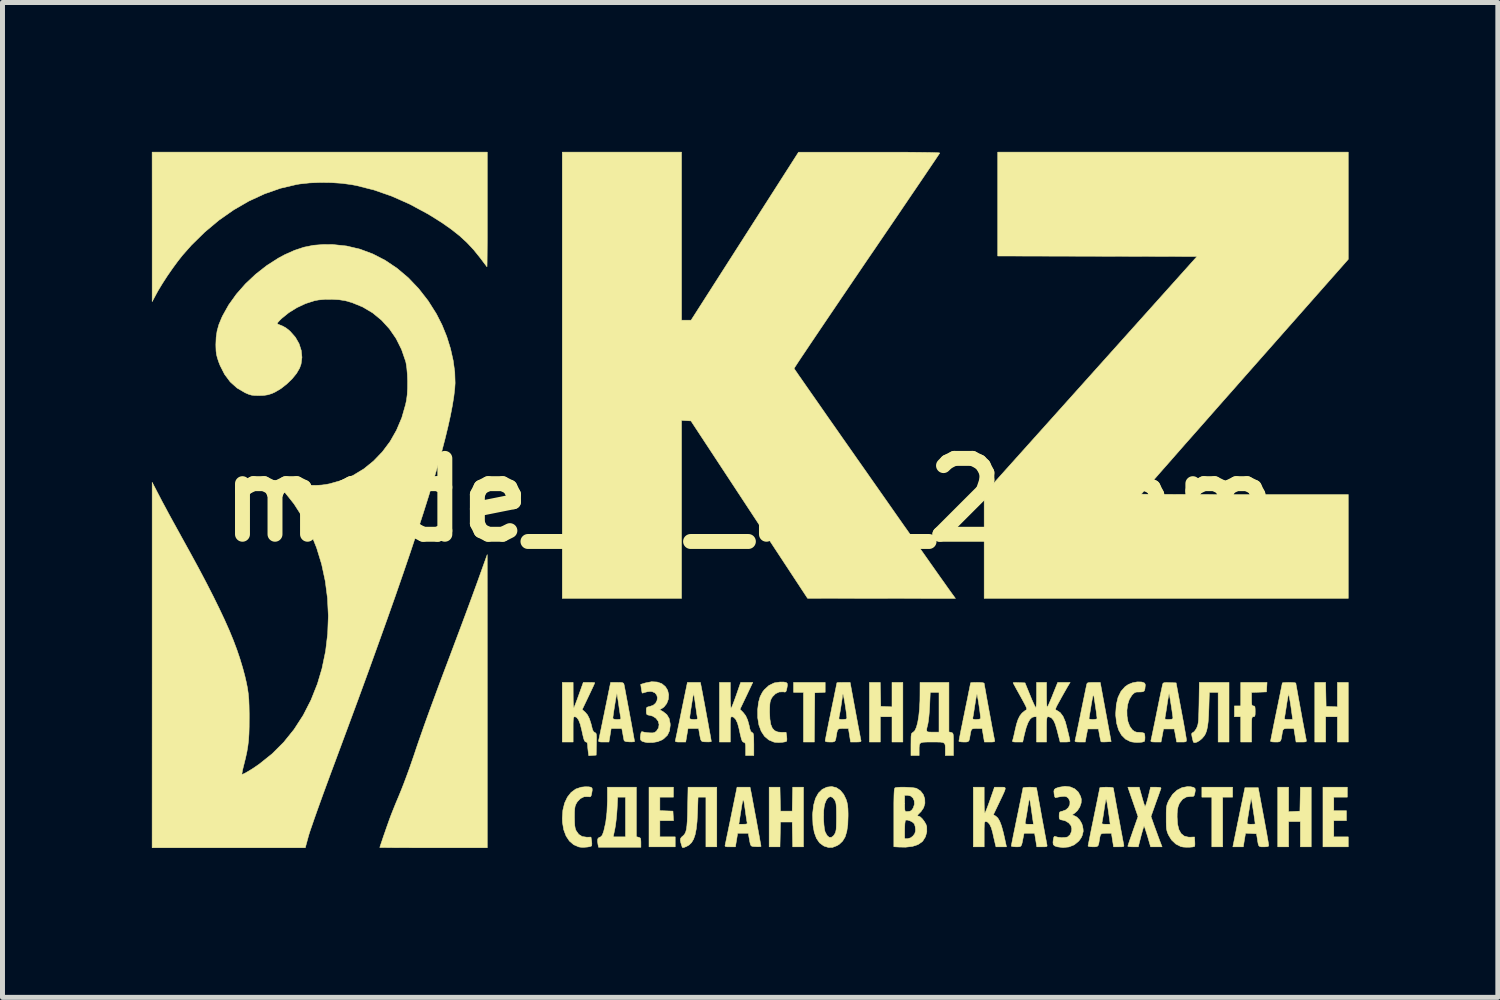
<source format=kicad_pcb>
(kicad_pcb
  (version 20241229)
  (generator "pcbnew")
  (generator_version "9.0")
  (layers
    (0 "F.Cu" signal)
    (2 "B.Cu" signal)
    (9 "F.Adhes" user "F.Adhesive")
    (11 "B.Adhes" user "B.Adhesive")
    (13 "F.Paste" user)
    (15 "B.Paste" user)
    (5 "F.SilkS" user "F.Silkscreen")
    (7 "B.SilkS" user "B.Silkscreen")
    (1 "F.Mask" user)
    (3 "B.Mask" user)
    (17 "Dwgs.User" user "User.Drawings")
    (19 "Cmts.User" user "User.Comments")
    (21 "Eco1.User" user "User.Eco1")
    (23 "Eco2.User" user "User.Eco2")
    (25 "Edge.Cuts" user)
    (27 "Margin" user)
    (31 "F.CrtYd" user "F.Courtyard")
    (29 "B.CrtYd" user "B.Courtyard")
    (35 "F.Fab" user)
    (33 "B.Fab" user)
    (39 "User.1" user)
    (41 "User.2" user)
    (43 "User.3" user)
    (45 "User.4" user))
  (footprint "made_in_kz_24mm"
    (layer "F.Cu")
    (at 12.016 6.99)
    (property "Reference" "made_in_kz_24mm" (at 0 0 0) (layer "F.SilkS") (effects (font (size 1.524 1.524) (thickness 0.3))))
    (attr through_hole)
    (fp_poly (pts (xy 9.688 5.969) (xy 9.489 5.969) (xy 9.489 6.967) (xy 9.271 6.967) (xy 9.271 5.969) (xy 9.071 5.969) (xy 9.071 5.769) (xy 9.688 5.769) (xy 9.688 5.969)) (stroke (width 0.01) (type solid)) (fill yes) (layer "F.SilkS"))
    (fp_poly (pts (xy 1.506 3.863) (xy 1.402 3.868) (xy 1.297 3.873) (xy 1.292 4.368) (xy 1.288 4.862) (xy 1.07 4.862) (xy 1.07 3.864) (xy 0.871 3.864) (xy 0.871 3.665) (xy 1.506 3.665) (xy 1.506 3.863)) (stroke (width 0.01) (type solid)) (fill yes) (layer "F.SilkS"))
    (fp_poly (pts (xy 11.992 5.969) (xy 11.72 5.969) (xy 11.72 6.241) (xy 11.974 6.241) (xy 11.974 6.441) (xy 11.72 6.441) (xy 11.72 6.767) (xy 12.011 6.767) (xy 12.011 6.967) (xy 11.503 6.967) (xy 11.503 5.769) (xy 11.992 5.769) (xy 11.992 5.969)) (stroke (width 0.01) (type solid)) (fill yes) (layer "F.SilkS"))
    (fp_poly (pts (xy -1.542 5.969) (xy -1.814 5.969) (xy -1.814 6.24) (xy -1.683 6.245) (xy -1.551 6.25) (xy -1.546 6.345) (xy -1.54 6.441) (xy -1.814 6.441) (xy -1.814 6.767) (xy -1.506 6.767) (xy -1.506 6.967) (xy -2.032 6.967) (xy -2.032 5.769) (xy -1.542 5.769) (xy -1.542 5.969)) (stroke (width 0.01) (type solid)) (fill yes) (layer "F.SilkS"))
    (fp_poly (pts (xy 0.608 6.25) (xy 0.844 6.25) (xy 0.854 5.769) (xy 1.07 5.769) (xy 1.07 6.967) (xy 0.854 6.967) (xy 0.849 6.717) (xy 0.844 6.468) (xy 0.608 6.468) (xy 0.603 6.717) (xy 0.598 6.967) (xy 0.381 6.967) (xy 0.381 5.769) (xy 0.598 5.769) (xy 0.608 6.25)) (stroke (width 0.01) (type solid)) (fill yes) (layer "F.SilkS"))
    (fp_poly (pts (xy 2.617 3.905) (xy 2.622 4.146) (xy 2.735 4.151) (xy 2.848 4.156) (xy 2.848 3.665) (xy 3.066 3.665) (xy 3.066 4.862) (xy 2.848 4.862) (xy 2.848 4.354) (xy 2.613 4.354) (xy 2.613 4.862) (xy 2.395 4.862) (xy 2.395 3.665) (xy 2.612 3.665) (xy 2.617 3.905)) (stroke (width 0.01) (type solid)) (fill yes) (layer "F.SilkS"))
    (fp_poly (pts (xy 10.813 6.261) (xy 10.927 6.256) (xy 11.04 6.25) (xy 11.045 6.01) (xy 11.05 5.769) (xy 11.267 5.769) (xy 11.267 6.967) (xy 11.049 6.967) (xy 11.049 6.459) (xy 10.813 6.459) (xy 10.813 6.967) (xy 10.595 6.967) (xy 10.595 5.769) (xy 10.813 5.769) (xy 10.813 6.261)) (stroke (width 0.01) (type solid)) (fill yes) (layer "F.SilkS"))
    (fp_poly (pts (xy 11.561 3.905) (xy 11.566 4.146) (xy 11.679 4.151) (xy 11.793 4.156) (xy 11.793 3.665) (xy 12.011 3.665) (xy 12.011 4.862) (xy 11.793 4.862) (xy 11.793 4.354) (xy 11.557 4.354) (xy 11.557 4.862) (xy 11.339 4.862) (xy 11.339 3.665) (xy 11.556 3.665) (xy 11.561 3.905)) (stroke (width 0.01) (type solid)) (fill yes) (layer "F.SilkS"))
    (fp_poly (pts (xy -0.671 6.967) (xy -0.889 6.967) (xy -0.889 5.969) (xy -1.047 5.969) (xy -1.058 6.282) (xy -1.067 6.46) (xy -1.083 6.606) (xy -1.106 6.723) (xy -1.137 6.813) (xy -1.177 6.881) (xy -1.228 6.93) (xy -1.281 6.96) (xy -1.329 6.979) (xy -1.354 6.983) (xy -1.365 6.973) (xy -1.369 6.962) (xy -1.393 6.885) (xy -1.403 6.834) (xy -1.398 6.799) (xy -1.38 6.773) (xy -1.367 6.762) (xy -1.336 6.735) (xy -1.312 6.704) (xy -1.294 6.665) (xy -1.28 6.612) (xy -1.271 6.542) (xy -1.264 6.45) (xy -1.259 6.331) (xy -1.256 6.182) (xy -1.248 5.769) (xy -0.671 5.769) (xy -0.671 6.967)) (stroke (width 0.01) (type solid)) (fill yes) (layer "F.SilkS"))
    (fp_poly (pts (xy 10.374 3.76) (xy 10.369 3.855) (xy 10.219 3.861) (xy 10.069 3.866) (xy 10.069 4.001) (xy 10.07 4.071) (xy 10.074 4.111) (xy 10.083 4.131) (xy 10.099 4.136) (xy 10.106 4.137) (xy 10.126 4.141) (xy 10.137 4.158) (xy 10.141 4.197) (xy 10.142 4.245) (xy 10.141 4.306) (xy 10.135 4.339) (xy 10.122 4.352) (xy 10.106 4.354) (xy 10.091 4.356) (xy 10.081 4.366) (xy 10.075 4.388) (xy 10.071 4.429) (xy 10.07 4.494) (xy 10.069 4.589) (xy 10.069 4.608) (xy 10.069 4.862) (xy 9.852 4.862) (xy 9.852 4.354) (xy 9.725 4.354) (xy 9.725 4.137) (xy 9.852 4.137) (xy 9.852 3.665) (xy 10.38 3.665) (xy 10.374 3.76)) (stroke (width 0.01) (type solid)) (fill yes) (layer "F.SilkS"))
    (fp_poly (pts (xy -2.286 6.763) (xy -2.241 6.775) (xy -2.214 6.785) (xy -2.2 6.805) (xy -2.196 6.846) (xy -2.195 6.881) (xy -2.195 6.976) (xy -3.045 6.976) (xy -3.056 6.924) (xy -3.066 6.852) (xy -3.061 6.807) (xy -3.04 6.782) (xy -3.021 6.775) (xy -3.005 6.767) (xy -2.751 6.767) (xy -2.504 6.767) (xy -2.504 5.969) (xy -2.661 5.969) (xy -2.673 6.209) (xy -2.681 6.318) (xy -2.692 6.431) (xy -2.705 6.535) (xy -2.718 6.609) (xy -2.751 6.767) (xy -3.005 6.767) (xy -2.994 6.762) (xy -2.973 6.735) (xy -2.953 6.686) (xy -2.939 6.643) (xy -2.901 6.475) (xy -2.877 6.274) (xy -2.867 6.044) (xy -2.867 5.992) (xy -2.867 5.769) (xy -2.286 5.769) (xy -2.286 6.763)) (stroke (width 0.01) (type solid)) (fill yes) (layer "F.SilkS"))
    (fp_poly (pts (xy 9.616 4.862) (xy 9.398 4.862) (xy 9.398 3.864) (xy 9.221 3.864) (xy 9.212 4.177) (xy 9.206 4.333) (xy 9.197 4.458) (xy 9.184 4.556) (xy 9.167 4.633) (xy 9.145 4.693) (xy 9.12 4.737) (xy 9.076 4.789) (xy 9.026 4.832) (xy 8.975 4.862) (xy 8.932 4.875) (xy 8.904 4.867) (xy 8.899 4.859) (xy 8.89 4.827) (xy 8.878 4.776) (xy 8.874 4.759) (xy 8.866 4.71) (xy 8.87 4.685) (xy 8.889 4.672) (xy 8.894 4.671) (xy 8.922 4.648) (xy 8.953 4.604) (xy 8.969 4.575) (xy 8.981 4.544) (xy 8.991 4.512) (xy 8.998 4.472) (xy 9.004 4.419) (xy 9.007 4.349) (xy 9.01 4.254) (xy 9.013 4.131) (xy 9.014 4.078) (xy 9.02 3.665) (xy 9.616 3.665) (xy 9.616 4.862)) (stroke (width 0.01) (type solid)) (fill yes) (layer "F.SilkS"))
    (fp_poly (pts (xy 12.011 -4.832) (xy 9.933 -2.479) (xy 9.712 -2.228) (xy 9.497 -1.985) (xy 9.29 -1.75) (xy 9.092 -1.525) (xy 8.904 -1.312) (xy 8.727 -1.112) (xy 8.564 -0.926) (xy 8.414 -0.755) (xy 8.279 -0.602) (xy 8.161 -0.467) (xy 8.06 -0.352) (xy 7.978 -0.259) (xy 7.916 -0.188) (xy 7.875 -0.14) (xy 7.857 -0.119) (xy 7.856 -0.117) (xy 7.874 -0.116) (xy 7.925 -0.115) (xy 8.009 -0.114) (xy 8.122 -0.113) (xy 8.262 -0.112) (xy 8.427 -0.112) (xy 8.615 -0.111) (xy 8.823 -0.11) (xy 9.05 -0.11) (xy 9.292 -0.109) (xy 9.548 -0.109) (xy 9.815 -0.109) (xy 9.933 -0.109) (xy 12.011 -0.109) (xy 12.011 1.978) (xy 4.699 1.978) (xy 4.699 -0.123) (xy 6.836 -2.506) (xy 8.973 -4.889) (xy 6.972 -4.894) (xy 4.971 -4.899) (xy 4.971 -6.985) (xy 12.011 -6.985) (xy 12.011 -4.832)) (stroke (width 0.01) (type solid)) (fill yes) (layer "F.SilkS"))
    (fp_poly (pts (xy 0.676 3.658) (xy 0.722 3.666) (xy 0.744 3.686) (xy 0.747 3.723) (xy 0.739 3.773) (xy 0.727 3.826) (xy 0.715 3.853) (xy 0.695 3.859) (xy 0.662 3.854) (xy 0.583 3.857) (xy 0.509 3.891) (xy 0.448 3.952) (xy 0.43 3.98) (xy 0.412 4.018) (xy 0.4 4.059) (xy 0.394 4.11) (xy 0.391 4.181) (xy 0.39 4.264) (xy 0.396 4.401) (xy 0.413 4.507) (xy 0.444 4.583) (xy 0.491 4.634) (xy 0.556 4.661) (xy 0.635 4.668) (xy 0.721 4.667) (xy 0.733 4.75) (xy 0.737 4.802) (xy 0.734 4.839) (xy 0.73 4.847) (xy 0.701 4.858) (xy 0.648 4.867) (xy 0.584 4.871) (xy 0.522 4.87) (xy 0.478 4.864) (xy 0.374 4.82) (xy 0.287 4.746) (xy 0.221 4.645) (xy 0.175 4.521) (xy 0.151 4.374) (xy 0.15 4.209) (xy 0.151 4.202) (xy 0.168 4.064) (xy 0.199 3.953) (xy 0.246 3.861) (xy 0.284 3.811) (xy 0.377 3.726) (xy 0.482 3.675) (xy 0.599 3.657) (xy 0.676 3.658)) (stroke (width 0.01) (type solid)) (fill yes) (layer "F.SilkS"))
    (fp_poly (pts (xy 7.856 3.656) (xy 7.883 3.662) (xy 7.922 3.679) (xy 7.934 3.707) (xy 7.934 3.73) (xy 7.927 3.797) (xy 7.914 3.835) (xy 7.887 3.852) (xy 7.841 3.857) (xy 7.818 3.857) (xy 7.76 3.858) (xy 7.722 3.87) (xy 7.687 3.9) (xy 7.664 3.925) (xy 7.614 4.006) (xy 7.581 4.108) (xy 7.566 4.222) (xy 7.568 4.339) (xy 7.586 4.449) (xy 7.622 4.545) (xy 7.674 4.617) (xy 7.718 4.651) (xy 7.765 4.666) (xy 7.815 4.668) (xy 7.868 4.672) (xy 7.906 4.682) (xy 7.915 4.688) (xy 7.924 4.72) (xy 7.928 4.767) (xy 7.926 4.814) (xy 7.918 4.846) (xy 7.914 4.851) (xy 7.871 4.864) (xy 7.806 4.87) (xy 7.732 4.869) (xy 7.663 4.86) (xy 7.635 4.853) (xy 7.537 4.803) (xy 7.458 4.724) (xy 7.398 4.617) (xy 7.359 4.485) (xy 7.341 4.329) (xy 7.341 4.282) (xy 7.353 4.11) (xy 7.388 3.964) (xy 7.447 3.844) (xy 7.528 3.752) (xy 7.593 3.707) (xy 7.677 3.673) (xy 7.77 3.655) (xy 7.856 3.656)) (stroke (width 0.01) (type solid)) (fill yes) (layer "F.SilkS"))
    (fp_poly (pts (xy -3.243 5.762) (xy -3.197 5.77) (xy -3.175 5.79) (xy -3.172 5.827) (xy -3.18 5.877) (xy -3.191 5.931) (xy -3.204 5.957) (xy -3.224 5.963) (xy -3.257 5.959) (xy -3.336 5.961) (xy -3.409 5.997) (xy -3.471 6.061) (xy -3.485 6.083) (xy -3.504 6.12) (xy -3.517 6.157) (xy -3.524 6.203) (xy -3.528 6.266) (xy -3.529 6.356) (xy -3.529 6.368) (xy -3.527 6.468) (xy -3.523 6.54) (xy -3.514 6.593) (xy -3.5 6.634) (xy -3.495 6.644) (xy -3.443 6.717) (xy -3.374 6.76) (xy -3.285 6.773) (xy -3.281 6.773) (xy -3.197 6.772) (xy -3.184 6.853) (xy -3.18 6.905) (xy -3.183 6.942) (xy -3.187 6.95) (xy -3.217 6.962) (xy -3.271 6.971) (xy -3.335 6.976) (xy -3.398 6.975) (xy -3.441 6.969) (xy -3.545 6.924) (xy -3.631 6.85) (xy -3.698 6.749) (xy -3.745 6.623) (xy -3.77 6.476) (xy -3.773 6.392) (xy -3.762 6.23) (xy -3.727 6.088) (xy -3.671 5.969) (xy -3.596 5.874) (xy -3.503 5.806) (xy -3.394 5.769) (xy -3.32 5.761) (xy -3.243 5.762)) (stroke (width 0.01) (type solid)) (fill yes) (layer "F.SilkS"))
    (fp_poly (pts (xy 5.098 5.77) (xy 5.117 5.778) (xy 5.123 5.797) (xy 5.115 5.83) (xy 5.093 5.883) (xy 5.057 5.96) (xy 5.007 6.065) (xy 4.999 6.082) (xy 4.884 6.322) (xy 4.934 6.352) (xy 4.974 6.389) (xy 5.011 6.452) (xy 5.046 6.543) (xy 5.08 6.666) (xy 5.103 6.763) (xy 5.147 6.967) (xy 4.936 6.967) (xy 4.919 6.899) (xy 4.907 6.847) (xy 4.89 6.775) (xy 4.873 6.697) (xy 4.872 6.691) (xy 4.843 6.586) (xy 4.807 6.511) (xy 4.766 6.468) (xy 4.734 6.459) (xy 4.72 6.461) (xy 4.71 6.471) (xy 4.704 6.495) (xy 4.701 6.538) (xy 4.699 6.606) (xy 4.699 6.704) (xy 4.699 6.713) (xy 4.699 6.967) (xy 4.481 6.967) (xy 4.481 5.769) (xy 4.699 5.769) (xy 4.699 6.034) (xy 4.7 6.126) (xy 4.702 6.203) (xy 4.706 6.259) (xy 4.711 6.287) (xy 4.713 6.289) (xy 4.724 6.269) (xy 4.744 6.222) (xy 4.771 6.152) (xy 4.802 6.067) (xy 4.817 6.025) (xy 4.906 5.769) (xy 5.022 5.769) (xy 5.066 5.769) (xy 5.098 5.77)) (stroke (width 0.01) (type solid)) (fill yes) (layer "F.SilkS"))
    (fp_poly (pts (xy 7.865 5.955) (xy 7.887 6.033) (xy 7.907 6.098) (xy 7.923 6.142) (xy 7.929 6.156) (xy 7.938 6.146) (xy 7.953 6.106) (xy 7.972 6.044) (xy 7.992 5.97) (xy 8.041 5.769) (xy 8.15 5.769) (xy 8.214 5.772) (xy 8.246 5.779) (xy 8.251 5.792) (xy 8.242 5.816) (xy 8.223 5.868) (xy 8.197 5.942) (xy 8.165 6.03) (xy 8.145 6.086) (xy 8.049 6.357) (xy 8.113 6.539) (xy 8.147 6.632) (xy 8.182 6.728) (xy 8.213 6.812) (xy 8.225 6.844) (xy 8.272 6.967) (xy 8.042 6.967) (xy 7.981 6.758) (xy 7.956 6.678) (xy 7.935 6.611) (xy 7.919 6.567) (xy 7.91 6.55) (xy 7.91 6.55) (xy 7.902 6.566) (xy 7.888 6.611) (xy 7.869 6.677) (xy 7.847 6.758) (xy 7.794 6.967) (xy 7.689 6.967) (xy 7.633 6.965) (xy 7.594 6.96) (xy 7.584 6.955) (xy 7.589 6.935) (xy 7.605 6.886) (xy 7.629 6.815) (xy 7.66 6.727) (xy 7.686 6.651) (xy 7.789 6.359) (xy 7.687 6.064) (xy 7.585 5.769) (xy 7.813 5.769) (xy 7.865 5.955)) (stroke (width 0.01) (type solid)) (fill yes) (layer "F.SilkS"))
    (fp_poly (pts (xy -5.28 -5.83) (xy -5.28 -5.629) (xy -5.28 -5.44) (xy -5.28 -5.264) (xy -5.281 -5.107) (xy -5.282 -4.969) (xy -5.283 -4.855) (xy -5.284 -4.767) (xy -5.285 -4.709) (xy -5.286 -4.683) (xy -5.286 -4.682) (xy -5.299 -4.699) (xy -5.33 -4.739) (xy -5.373 -4.796) (xy -5.425 -4.865) (xy -5.43 -4.871) (xy -5.554 -5.025) (xy -5.688 -5.168) (xy -5.836 -5.304) (xy -6.003 -5.436) (xy -6.194 -5.57) (xy -6.414 -5.708) (xy -6.483 -5.749) (xy -6.839 -5.941) (xy -7.197 -6.1) (xy -7.553 -6.224) (xy -7.908 -6.314) (xy -8.01 -6.333) (xy -8.203 -6.359) (xy -8.415 -6.373) (xy -8.634 -6.376) (xy -8.847 -6.367) (xy -9.042 -6.346) (xy -9.109 -6.335) (xy -9.433 -6.259) (xy -9.753 -6.147) (xy -10.067 -6.002) (xy -10.373 -5.825) (xy -10.67 -5.617) (xy -10.953 -5.38) (xy -11.223 -5.115) (xy -11.398 -4.917) (xy -11.495 -4.794) (xy -11.6 -4.651) (xy -11.706 -4.498) (xy -11.805 -4.345) (xy -11.891 -4.203) (xy -11.927 -4.137) (xy -12.01 -3.982) (xy -12.01 -5.484) (xy -12.011 -6.985) (xy -5.28 -6.985) (xy -5.28 -5.83)) (stroke (width 0.01) (type solid)) (fill yes) (layer "F.SilkS"))
    (fp_poly (pts (xy -5.28 4.041) (xy -5.28 6.985) (xy -6.359 6.985) (xy -6.553 6.985) (xy -6.736 6.985) (xy -6.905 6.984) (xy -7.056 6.984) (xy -7.186 6.983) (xy -7.293 6.982) (xy -7.373 6.981) (xy -7.422 6.981) (xy -7.439 6.98) (xy -7.433 6.96) (xy -7.417 6.912) (xy -7.394 6.844) (xy -7.366 6.76) (xy -7.334 6.669) (xy -7.302 6.576) (xy -7.271 6.489) (xy -7.244 6.413) (xy -7.234 6.386) (xy -7.205 6.309) (xy -7.165 6.209) (xy -7.12 6.097) (xy -7.071 5.981) (xy -7.043 5.913) (xy -7.001 5.81) (xy -6.951 5.682) (xy -6.897 5.537) (xy -6.841 5.384) (xy -6.788 5.231) (xy -6.751 5.124) (xy -6.704 4.982) (xy -6.655 4.839) (xy -6.603 4.691) (xy -6.548 4.534) (xy -6.488 4.366) (xy -6.422 4.184) (xy -6.348 3.984) (xy -6.267 3.764) (xy -6.176 3.52) (xy -6.074 3.25) (xy -5.961 2.949) (xy -5.925 2.853) (xy -5.856 2.669) (xy -5.784 2.477) (xy -5.712 2.284) (xy -5.642 2.095) (xy -5.577 1.918) (xy -5.519 1.759) (xy -5.47 1.625) (xy -5.452 1.574) (xy -5.281 1.098) (xy -5.28 4.041)) (stroke (width 0.01) (type solid)) (fill yes) (layer "F.SilkS"))
    (fp_poly (pts (xy 8.85 5.761) (xy 8.906 5.773) (xy 8.934 5.795) (xy 8.939 5.836) (xy 8.93 5.888) (xy 8.918 5.934) (xy 8.901 5.953) (xy 8.865 5.956) (xy 8.844 5.955) (xy 8.757 5.966) (xy 8.684 6.01) (xy 8.626 6.085) (xy 8.613 6.11) (xy 8.593 6.163) (xy 8.581 6.221) (xy 8.575 6.296) (xy 8.574 6.368) (xy 8.583 6.51) (xy 8.609 6.62) (xy 8.654 6.701) (xy 8.717 6.751) (xy 8.799 6.772) (xy 8.838 6.773) (xy 8.923 6.769) (xy 8.929 6.861) (xy 8.931 6.914) (xy 8.928 6.95) (xy 8.924 6.959) (xy 8.889 6.969) (xy 8.83 6.974) (xy 8.762 6.975) (xy 8.697 6.971) (xy 8.649 6.962) (xy 8.547 6.91) (xy 8.461 6.828) (xy 8.403 6.733) (xy 8.383 6.689) (xy 8.37 6.648) (xy 8.361 6.604) (xy 8.357 6.546) (xy 8.355 6.467) (xy 8.355 6.386) (xy 8.355 6.286) (xy 8.357 6.215) (xy 8.362 6.162) (xy 8.371 6.12) (xy 8.386 6.079) (xy 8.408 6.032) (xy 8.414 6.021) (xy 8.484 5.911) (xy 8.573 5.829) (xy 8.674 5.777) (xy 8.785 5.757) (xy 8.85 5.761)) (stroke (width 0.01) (type solid)) (fill yes) (layer "F.SilkS"))
    (fp_poly (pts (xy 10.308 6.341) (xy 10.334 6.48) (xy 10.357 6.609) (xy 10.378 6.723) (xy 10.394 6.817) (xy 10.406 6.886) (xy 10.412 6.927) (xy 10.413 6.935) (xy 10.408 6.954) (xy 10.385 6.963) (xy 10.337 6.967) (xy 10.315 6.967) (xy 10.266 6.967) (xy 10.235 6.961) (xy 10.215 6.945) (xy 10.202 6.91) (xy 10.191 6.85) (xy 10.183 6.795) (xy 10.168 6.704) (xy 10.058 6.698) (xy 9.948 6.693) (xy 9.925 6.83) (xy 9.903 6.967) (xy 9.693 6.967) (xy 9.788 6.5) (xy 9.978 6.5) (xy 9.995 6.508) (xy 10.036 6.513) (xy 10.06 6.513) (xy 10.109 6.512) (xy 10.138 6.508) (xy 10.142 6.505) (xy 10.139 6.481) (xy 10.132 6.429) (xy 10.122 6.36) (xy 10.11 6.279) (xy 10.097 6.196) (xy 10.085 6.118) (xy 10.074 6.053) (xy 10.066 6.008) (xy 10.063 5.993) (xy 10.058 6.008) (xy 10.05 6.051) (xy 10.038 6.114) (xy 10.025 6.191) (xy 10.012 6.273) (xy 9.999 6.352) (xy 9.988 6.422) (xy 9.981 6.473) (xy 9.978 6.5) (xy 9.788 6.5) (xy 9.814 6.373) (xy 9.936 5.779) (xy 10.203 5.779) (xy 10.308 6.341)) (stroke (width 0.01) (type solid)) (fill yes) (layer "F.SilkS"))
    (fp_poly (pts (xy -0.399 3.929) (xy -0.398 4.023) (xy -0.395 4.1) (xy -0.391 4.155) (xy -0.386 4.182) (xy -0.383 4.183) (xy -0.372 4.163) (xy -0.352 4.116) (xy -0.325 4.046) (xy -0.294 3.961) (xy -0.279 3.919) (xy -0.191 3.665) (xy -0.069 3.665) (xy 0.052 3.665) (xy -0.076 3.935) (xy -0.205 4.205) (xy -0.139 4.271) (xy -0.09 4.335) (xy -0.051 4.421) (xy -0.02 4.534) (xy -0.008 4.594) (xy 0.011 4.649) (xy 0.038 4.672) (xy 0.053 4.68) (xy 0.062 4.696) (xy 0.068 4.726) (xy 0.071 4.777) (xy 0.072 4.855) (xy 0.073 4.909) (xy 0.073 5.134) (xy -0.091 5.134) (xy -0.091 5.006) (xy -0.092 4.938) (xy -0.097 4.897) (xy -0.108 4.877) (xy -0.127 4.868) (xy -0.127 4.868) (xy -0.143 4.861) (xy -0.157 4.847) (xy -0.17 4.82) (xy -0.183 4.774) (xy -0.2 4.705) (xy -0.222 4.606) (xy -0.226 4.587) (xy -0.255 4.481) (xy -0.291 4.406) (xy -0.332 4.364) (xy -0.364 4.354) (xy -0.378 4.356) (xy -0.388 4.367) (xy -0.394 4.39) (xy -0.397 4.433) (xy -0.399 4.501) (xy -0.399 4.599) (xy -0.399 4.608) (xy -0.399 4.862) (xy -0.617 4.862) (xy -0.617 3.665) (xy -0.399 3.665) (xy -0.399 3.929)) (stroke (width 0.01) (type solid)) (fill yes) (layer "F.SilkS"))
    (fp_poly (pts (xy 3.991 4.659) (xy 4.037 4.67) (xy 4.056 4.676) (xy 4.068 4.686) (xy 4.076 4.707) (xy 4.08 4.744) (xy 4.082 4.805) (xy 4.082 4.895) (xy 4.082 4.908) (xy 4.082 5.134) (xy 3.919 5.134) (xy 3.919 5.027) (xy 3.919 4.963) (xy 3.915 4.918) (xy 3.901 4.889) (xy 3.873 4.872) (xy 3.824 4.864) (xy 3.749 4.862) (xy 3.656 4.862) (xy 3.554 4.862) (xy 3.482 4.865) (xy 3.436 4.874) (xy 3.409 4.893) (xy 3.397 4.926) (xy 3.393 4.976) (xy 3.393 5.039) (xy 3.393 5.134) (xy 3.229 5.134) (xy 3.229 4.911) (xy 3.23 4.817) (xy 3.231 4.753) (xy 3.236 4.713) (xy 3.243 4.689) (xy 3.256 4.676) (xy 3.272 4.667) (xy 3.307 4.633) (xy 3.309 4.628) (xy 3.542 4.628) (xy 3.552 4.652) (xy 3.584 4.661) (xy 3.64 4.663) (xy 3.665 4.663) (xy 3.792 4.663) (xy 3.792 3.864) (xy 3.616 3.864) (xy 3.605 4.132) (xy 3.599 4.238) (xy 3.59 4.341) (xy 3.58 4.43) (xy 3.569 4.497) (xy 3.566 4.508) (xy 3.548 4.583) (xy 3.542 4.628) (xy 3.309 4.628) (xy 3.338 4.566) (xy 3.364 4.469) (xy 3.385 4.346) (xy 3.4 4.201) (xy 3.409 4.036) (xy 3.41 3.923) (xy 3.411 3.665) (xy 3.991 3.665) (xy 3.991 4.659)) (stroke (width 0.01) (type solid)) (fill yes) (layer "F.SilkS"))
    (fp_poly (pts (xy 0.017 5.865) (xy 0.026 5.912) (xy 0.04 5.986) (xy 0.057 6.079) (xy 0.077 6.187) (xy 0.099 6.305) (xy 0.122 6.427) (xy 0.144 6.549) (xy 0.165 6.663) (xy 0.184 6.766) (xy 0.199 6.852) (xy 0.211 6.916) (xy 0.217 6.952) (xy 0.218 6.958) (xy 0.201 6.963) (xy 0.159 6.965) (xy 0.114 6.963) (xy 0.068 6.961) (xy 0.037 6.956) (xy 0.017 6.943) (xy 0.003 6.914) (xy -0.008 6.864) (xy -0.022 6.786) (xy -0.026 6.763) (xy -0.038 6.695) (xy -0.252 6.695) (xy -0.274 6.831) (xy -0.297 6.967) (xy -0.405 6.967) (xy -0.465 6.966) (xy -0.496 6.96) (xy -0.506 6.948) (xy -0.504 6.935) (xy -0.499 6.91) (xy -0.487 6.854) (xy -0.47 6.771) (xy -0.448 6.667) (xy -0.423 6.545) (xy -0.416 6.513) (xy -0.228 6.513) (xy -0.14 6.513) (xy -0.087 6.511) (xy -0.063 6.504) (xy -0.06 6.487) (xy -0.061 6.482) (xy -0.067 6.452) (xy -0.076 6.395) (xy -0.088 6.317) (xy -0.1 6.227) (xy -0.102 6.214) (xy -0.115 6.123) (xy -0.125 6.062) (xy -0.134 6.029) (xy -0.143 6.028) (xy -0.154 6.059) (xy -0.166 6.123) (xy -0.182 6.221) (xy -0.195 6.3) (xy -0.228 6.513) (xy -0.416 6.513) (xy -0.395 6.41) (xy -0.38 6.336) (xy -0.264 5.769) (xy -0.003 5.769) (xy 0.017 5.865)) (stroke (width 0.01) (type solid)) (fill yes) (layer "F.SilkS"))
    (fp_poly (pts (xy 1.729 5.778) (xy 1.81 5.832) (xy 1.878 5.914) (xy 1.926 6.014) (xy 1.944 6.071) (xy 1.956 6.13) (xy 1.963 6.201) (xy 1.966 6.293) (xy 1.966 6.35) (xy 1.96 6.52) (xy 1.94 6.658) (xy 1.906 6.769) (xy 1.854 6.854) (xy 1.786 6.918) (xy 1.742 6.944) (xy 1.654 6.978) (xy 1.573 6.98) (xy 1.487 6.953) (xy 1.473 6.946) (xy 1.393 6.887) (xy 1.331 6.796) (xy 1.287 6.677) (xy 1.261 6.529) (xy 1.254 6.355) (xy 1.254 6.327) (xy 1.474 6.327) (xy 1.475 6.427) (xy 1.481 6.524) (xy 1.491 6.607) (xy 1.504 6.665) (xy 1.505 6.667) (xy 1.543 6.738) (xy 1.585 6.775) (xy 1.629 6.777) (xy 1.673 6.745) (xy 1.695 6.713) (xy 1.71 6.685) (xy 1.72 6.653) (xy 1.727 6.612) (xy 1.73 6.554) (xy 1.732 6.472) (xy 1.733 6.368) (xy 1.732 6.259) (xy 1.73 6.179) (xy 1.726 6.122) (xy 1.72 6.081) (xy 1.709 6.05) (xy 1.695 6.023) (xy 1.654 5.974) (xy 1.611 5.959) (xy 1.569 5.976) (xy 1.531 6.023) (xy 1.5 6.098) (xy 1.486 6.16) (xy 1.477 6.234) (xy 1.474 6.327) (xy 1.254 6.327) (xy 1.255 6.293) (xy 1.274 6.128) (xy 1.312 5.993) (xy 1.371 5.887) (xy 1.449 5.811) (xy 1.541 5.768) (xy 1.638 5.756) (xy 1.729 5.778)) (stroke (width 0.01) (type solid)) (fill yes) (layer "F.SilkS"))
    (fp_poly (pts (xy -3.555 3.932) (xy -3.554 4.031) (xy -3.551 4.107) (xy -3.547 4.156) (xy -3.542 4.175) (xy -3.539 4.173) (xy -3.528 4.146) (xy -3.507 4.093) (xy -3.479 4.019) (xy -3.448 3.933) (xy -3.438 3.905) (xy -3.352 3.665) (xy -3.236 3.665) (xy -3.177 3.666) (xy -3.135 3.669) (xy -3.121 3.672) (xy -3.128 3.69) (xy -3.148 3.735) (xy -3.179 3.801) (xy -3.218 3.884) (xy -3.247 3.945) (xy -3.374 4.211) (xy -3.311 4.266) (xy -3.267 4.318) (xy -3.229 4.394) (xy -3.195 4.499) (xy -3.167 4.612) (xy -3.147 4.652) (xy -3.12 4.672) (xy -3.105 4.679) (xy -3.094 4.693) (xy -3.089 4.72) (xy -3.086 4.766) (xy -3.087 4.838) (xy -3.088 4.905) (xy -3.093 5.125) (xy -3.168 5.131) (xy -3.242 5.136) (xy -3.254 5.051) (xy -3.261 4.987) (xy -3.265 4.929) (xy -3.266 4.914) (xy -3.274 4.873) (xy -3.293 4.862) (xy -3.311 4.857) (xy -3.326 4.839) (xy -3.341 4.802) (xy -3.357 4.74) (xy -3.377 4.65) (xy -3.383 4.623) (xy -3.413 4.503) (xy -3.447 4.418) (xy -3.484 4.368) (xy -3.519 4.354) (xy -3.534 4.356) (xy -3.544 4.365) (xy -3.55 4.388) (xy -3.554 4.428) (xy -3.556 4.493) (xy -3.556 4.588) (xy -3.556 4.608) (xy -3.556 4.862) (xy -3.774 4.862) (xy -3.774 3.665) (xy -3.556 3.665) (xy -3.555 3.932)) (stroke (width 0.01) (type solid)) (fill yes) (layer "F.SilkS"))
    (fp_poly (pts (xy 7.03 3.665) (xy 7.249 4.853) (xy 7.151 4.859) (xy 7.096 4.861) (xy 7.057 4.859) (xy 7.046 4.857) (xy 7.04 4.837) (xy 7.029 4.791) (xy 7.017 4.728) (xy 7.016 4.724) (xy 6.994 4.599) (xy 6.778 4.599) (xy 6.766 4.663) (xy 6.753 4.727) (xy 6.741 4.793) (xy 6.741 4.794) (xy 6.729 4.862) (xy 6.622 4.862) (xy 6.559 4.86) (xy 6.527 4.852) (xy 6.522 4.84) (xy 6.528 4.817) (xy 6.54 4.763) (xy 6.557 4.683) (xy 6.578 4.58) (xy 6.603 4.461) (xy 6.616 4.395) (xy 6.804 4.395) (xy 6.82 4.403) (xy 6.861 4.408) (xy 6.885 4.409) (xy 6.934 4.405) (xy 6.963 4.396) (xy 6.967 4.39) (xy 6.964 4.365) (xy 6.957 4.312) (xy 6.948 4.24) (xy 6.936 4.16) (xy 6.924 4.079) (xy 6.913 4.006) (xy 6.904 3.951) (xy 6.901 3.937) (xy 6.896 3.918) (xy 6.889 3.92) (xy 6.88 3.948) (xy 6.869 4.003) (xy 6.853 4.091) (xy 6.847 4.128) (xy 6.832 4.22) (xy 6.819 4.299) (xy 6.809 4.358) (xy 6.804 4.391) (xy 6.804 4.395) (xy 6.616 4.395) (xy 6.63 4.329) (xy 6.639 4.282) (xy 6.667 4.145) (xy 6.693 4.019) (xy 6.716 3.908) (xy 6.735 3.816) (xy 6.749 3.749) (xy 6.757 3.711) (xy 6.758 3.706) (xy 6.766 3.684) (xy 6.783 3.672) (xy 6.817 3.667) (xy 6.877 3.665) (xy 6.899 3.665) (xy 7.03 3.665)) (stroke (width 0.01) (type solid)) (fill yes) (layer "F.SilkS"))
    (fp_poly (pts (xy -1.868 3.657) (xy -1.775 3.69) (xy -1.702 3.751) (xy -1.658 3.823) (xy -1.637 3.912) (xy -1.644 4.003) (xy -1.676 4.088) (xy -1.73 4.157) (xy -1.761 4.18) (xy -1.818 4.213) (xy -1.749 4.252) (xy -1.674 4.312) (xy -1.627 4.391) (xy -1.607 4.493) (xy -1.606 4.527) (xy -1.62 4.636) (xy -1.662 4.725) (xy -1.736 4.796) (xy -1.771 4.819) (xy -1.859 4.855) (xy -1.964 4.873) (xy -2.07 4.872) (xy -2.12 4.863) (xy -2.173 4.846) (xy -2.2 4.82) (xy -2.207 4.778) (xy -2.202 4.729) (xy -2.193 4.677) (xy -2.181 4.655) (xy -2.163 4.655) (xy -2.161 4.656) (xy -2.127 4.665) (xy -2.072 4.673) (xy -2.028 4.677) (xy -1.966 4.679) (xy -1.926 4.673) (xy -1.896 4.654) (xy -1.879 4.638) (xy -1.839 4.576) (xy -1.83 4.509) (xy -1.848 4.443) (xy -1.892 4.385) (xy -1.956 4.343) (xy -2.01 4.328) (xy -2.058 4.318) (xy -2.08 4.302) (xy -2.086 4.268) (xy -2.086 4.237) (xy -2.085 4.188) (xy -2.073 4.164) (xy -2.042 4.153) (xy -2.017 4.148) (xy -1.948 4.124) (xy -1.899 4.082) (xy -1.871 4.028) (xy -1.863 3.971) (xy -1.877 3.918) (xy -1.912 3.875) (xy -1.968 3.85) (xy -2.006 3.846) (xy -2.065 3.852) (xy -2.115 3.865) (xy -2.152 3.877) (xy -2.169 3.879) (xy -2.174 3.859) (xy -2.182 3.816) (xy -2.186 3.789) (xy -2.199 3.704) (xy -2.103 3.675) (xy -1.979 3.651) (xy -1.868 3.657)) (stroke (width 0.01) (type solid)) (fill yes) (layer "F.SilkS"))
    (fp_poly (pts (xy -0.981 3.76) (xy -0.971 3.813) (xy -0.956 3.89) (xy -0.938 3.987) (xy -0.917 4.098) (xy -0.895 4.217) (xy -0.873 4.34) (xy -0.85 4.46) (xy -0.83 4.574) (xy -0.811 4.675) (xy -0.796 4.757) (xy -0.786 4.817) (xy -0.781 4.848) (xy -0.78 4.851) (xy -0.797 4.857) (xy -0.839 4.86) (xy -0.884 4.859) (xy -0.93 4.857) (xy -0.961 4.852) (xy -0.981 4.838) (xy -0.995 4.809) (xy -1.006 4.759) (xy -1.02 4.681) (xy -1.024 4.658) (xy -1.036 4.59) (xy -1.249 4.59) (xy -1.272 4.726) (xy -1.295 4.862) (xy -1.403 4.862) (xy -1.463 4.861) (xy -1.494 4.855) (xy -1.504 4.843) (xy -1.502 4.831) (xy -1.496 4.805) (xy -1.485 4.749) (xy -1.467 4.667) (xy -1.446 4.562) (xy -1.42 4.44) (xy -1.408 4.381) (xy -1.216 4.381) (xy -1.205 4.399) (xy -1.17 4.407) (xy -1.133 4.409) (xy -1.082 4.407) (xy -1.06 4.398) (xy -1.058 4.38) (xy -1.059 4.377) (xy -1.065 4.348) (xy -1.074 4.29) (xy -1.085 4.213) (xy -1.098 4.123) (xy -1.099 4.114) (xy -1.111 4.028) (xy -1.122 3.957) (xy -1.131 3.908) (xy -1.136 3.888) (xy -1.136 3.888) (xy -1.141 3.907) (xy -1.15 3.954) (xy -1.162 4.02) (xy -1.175 4.099) (xy -1.188 4.181) (xy -1.2 4.258) (xy -1.209 4.323) (xy -1.215 4.368) (xy -1.216 4.381) (xy -1.408 4.381) (xy -1.393 4.306) (xy -1.378 4.232) (xy -1.261 3.665) (xy -1 3.665) (xy -0.981 3.76)) (stroke (width 0.01) (type solid)) (fill yes) (layer "F.SilkS"))
    (fp_poly (pts (xy 8.424 3.669) (xy 8.554 3.674) (xy 8.657 4.227) (xy 8.683 4.366) (xy 8.707 4.495) (xy 8.727 4.608) (xy 8.743 4.703) (xy 8.755 4.773) (xy 8.761 4.814) (xy 8.762 4.821) (xy 8.759 4.845) (xy 8.744 4.857) (xy 8.707 4.862) (xy 8.664 4.862) (xy 8.565 4.862) (xy 8.553 4.794) (xy 8.541 4.728) (xy 8.529 4.664) (xy 8.529 4.663) (xy 8.516 4.599) (xy 8.301 4.599) (xy 8.276 4.731) (xy 8.251 4.862) (xy 8.145 4.862) (xy 8.082 4.86) (xy 8.051 4.852) (xy 8.046 4.84) (xy 8.051 4.817) (xy 8.063 4.763) (xy 8.08 4.682) (xy 8.101 4.58) (xy 8.126 4.461) (xy 8.141 4.389) (xy 8.329 4.389) (xy 8.338 4.404) (xy 8.37 4.408) (xy 8.407 4.409) (xy 8.465 4.404) (xy 8.49 4.39) (xy 8.49 4.386) (xy 8.488 4.356) (xy 8.48 4.3) (xy 8.47 4.228) (xy 8.458 4.148) (xy 8.445 4.066) (xy 8.433 3.992) (xy 8.423 3.933) (xy 8.416 3.897) (xy 8.414 3.89) (xy 8.409 3.904) (xy 8.4 3.947) (xy 8.388 4.013) (xy 8.375 4.095) (xy 8.375 4.095) (xy 8.362 4.184) (xy 8.349 4.264) (xy 8.339 4.326) (xy 8.333 4.358) (xy 8.329 4.389) (xy 8.141 4.389) (xy 8.153 4.328) (xy 8.164 4.273) (xy 8.192 4.136) (xy 8.218 4.009) (xy 8.241 3.898) (xy 8.261 3.807) (xy 8.275 3.74) (xy 8.283 3.702) (xy 8.285 3.696) (xy 8.294 3.679) (xy 8.317 3.67) (xy 8.359 3.667) (xy 8.424 3.669)) (stroke (width 0.01) (type solid)) (fill yes) (layer "F.SilkS"))
    (fp_poly (pts (xy 2.113 4.241) (xy 2.139 4.381) (xy 2.163 4.511) (xy 2.185 4.625) (xy 2.203 4.719) (xy 2.216 4.789) (xy 2.225 4.831) (xy 2.227 4.84) (xy 2.221 4.853) (xy 2.188 4.86) (xy 2.126 4.862) (xy 2.016 4.862) (xy 1.995 4.726) (xy 1.973 4.59) (xy 1.867 4.59) (xy 1.81 4.591) (xy 1.775 4.599) (xy 1.755 4.622) (xy 1.742 4.667) (xy 1.732 4.726) (xy 1.72 4.795) (xy 1.708 4.836) (xy 1.687 4.855) (xy 1.652 4.862) (xy 1.604 4.862) (xy 1.54 4.859) (xy 1.509 4.847) (xy 1.506 4.84) (xy 1.509 4.817) (xy 1.52 4.763) (xy 1.535 4.683) (xy 1.556 4.58) (xy 1.58 4.459) (xy 1.595 4.389) (xy 1.781 4.389) (xy 1.791 4.404) (xy 1.823 4.408) (xy 1.858 4.409) (xy 1.916 4.404) (xy 1.941 4.39) (xy 1.942 4.386) (xy 1.939 4.348) (xy 1.932 4.287) (xy 1.922 4.213) (xy 1.91 4.132) (xy 1.897 4.052) (xy 1.884 3.982) (xy 1.874 3.93) (xy 1.866 3.903) (xy 1.864 3.901) (xy 1.854 3.916) (xy 1.851 3.944) (xy 1.848 3.979) (xy 1.839 4.041) (xy 1.827 4.12) (xy 1.814 4.205) (xy 1.799 4.289) (xy 1.785 4.359) (xy 1.781 4.389) (xy 1.595 4.389) (xy 1.608 4.325) (xy 1.624 4.248) (xy 1.652 4.109) (xy 1.679 3.983) (xy 1.701 3.872) (xy 1.72 3.781) (xy 1.733 3.715) (xy 1.741 3.678) (xy 1.742 3.672) (xy 1.758 3.668) (xy 1.802 3.666) (xy 1.865 3.665) (xy 1.874 3.665) (xy 2.007 3.665) (xy 2.113 4.241)) (stroke (width 0.01) (type solid)) (fill yes) (layer "F.SilkS"))
    (fp_poly (pts (xy -2.606 3.666) (xy -2.566 3.67) (xy -2.545 3.681) (xy -2.535 3.7) (xy -2.534 3.706) (xy -2.528 3.734) (xy -2.517 3.791) (xy -2.502 3.872) (xy -2.483 3.972) (xy -2.462 4.086) (xy -2.439 4.207) (xy -2.416 4.332) (xy -2.393 4.454) (xy -2.372 4.569) (xy -2.354 4.671) (xy -2.339 4.755) (xy -2.328 4.816) (xy -2.323 4.848) (xy -2.322 4.852) (xy -2.339 4.857) (xy -2.381 4.86) (xy -2.426 4.859) (xy -2.487 4.854) (xy -2.52 4.844) (xy -2.534 4.827) (xy -2.536 4.817) (xy -2.543 4.779) (xy -2.554 4.721) (xy -2.56 4.685) (xy -2.579 4.59) (xy -2.792 4.59) (xy -2.814 4.726) (xy -2.837 4.862) (xy -2.945 4.862) (xy -3.005 4.861) (xy -3.036 4.855) (xy -3.045 4.843) (xy -3.044 4.83) (xy -3.038 4.805) (xy -3.026 4.749) (xy -3.009 4.666) (xy -2.987 4.561) (xy -2.962 4.439) (xy -2.95 4.381) (xy -2.758 4.381) (xy -2.748 4.399) (xy -2.713 4.407) (xy -2.674 4.409) (xy -2.624 4.407) (xy -2.601 4.4) (xy -2.598 4.381) (xy -2.6 4.368) (xy -2.607 4.335) (xy -2.617 4.274) (xy -2.629 4.194) (xy -2.642 4.105) (xy -2.642 4.105) (xy -2.654 4.021) (xy -2.665 3.952) (xy -2.673 3.906) (xy -2.678 3.888) (xy -2.678 3.888) (xy -2.683 3.907) (xy -2.692 3.954) (xy -2.704 4.02) (xy -2.717 4.099) (xy -2.73 4.181) (xy -2.742 4.258) (xy -2.751 4.323) (xy -2.757 4.368) (xy -2.758 4.381) (xy -2.95 4.381) (xy -2.934 4.305) (xy -2.919 4.231) (xy -2.803 3.665) (xy -2.674 3.665) (xy -2.606 3.666)) (stroke (width 0.01) (type solid)) (fill yes) (layer "F.SilkS"))
    (fp_poly (pts (xy 5.68 5.771) (xy 5.728 5.775) (xy 5.751 5.78) (xy 5.751 5.781) (xy 5.754 5.802) (xy 5.763 5.852) (xy 5.777 5.928) (xy 5.794 6.024) (xy 5.814 6.134) (xy 5.836 6.254) (xy 5.858 6.379) (xy 5.881 6.502) (xy 5.903 6.619) (xy 5.922 6.724) (xy 5.939 6.813) (xy 5.951 6.88) (xy 5.959 6.92) (xy 5.96 6.926) (xy 5.963 6.949) (xy 5.953 6.961) (xy 5.922 6.966) (xy 5.863 6.967) (xy 5.756 6.967) (xy 5.734 6.831) (xy 5.712 6.695) (xy 5.5 6.695) (xy 5.479 6.799) (xy 5.464 6.877) (xy 5.451 6.926) (xy 5.435 6.953) (xy 5.411 6.964) (xy 5.374 6.967) (xy 5.342 6.967) (xy 5.288 6.964) (xy 5.252 6.957) (xy 5.243 6.951) (xy 5.247 6.93) (xy 5.257 6.878) (xy 5.273 6.798) (xy 5.293 6.697) (xy 5.318 6.577) (xy 5.334 6.497) (xy 5.522 6.497) (xy 5.534 6.509) (xy 5.57 6.513) (xy 5.602 6.513) (xy 5.689 6.513) (xy 5.652 6.252) (xy 5.639 6.16) (xy 5.627 6.083) (xy 5.617 6.028) (xy 5.61 5.999) (xy 5.608 5.997) (xy 5.603 6.016) (xy 5.594 6.065) (xy 5.581 6.134) (xy 5.568 6.218) (xy 5.554 6.305) (xy 5.54 6.383) (xy 5.53 6.442) (xy 5.524 6.472) (xy 5.522 6.497) (xy 5.334 6.497) (xy 5.345 6.444) (xy 5.361 6.366) (xy 5.39 6.227) (xy 5.416 6.099) (xy 5.439 5.988) (xy 5.457 5.896) (xy 5.471 5.829) (xy 5.478 5.79) (xy 5.479 5.783) (xy 5.496 5.777) (xy 5.54 5.772) (xy 5.602 5.769) (xy 5.615 5.769) (xy 5.68 5.771)) (stroke (width 0.01) (type solid)) (fill yes) (layer "F.SilkS"))
    (fp_poly (pts (xy -1.379 -3.61) (xy -1.187 -3.61) (xy 0.971 -6.984) (xy 2.392 -6.984) (xy 2.688 -6.984) (xy 2.95 -6.984) (xy 3.177 -6.983) (xy 3.37 -6.981) (xy 3.529 -6.979) (xy 3.652 -6.977) (xy 3.739 -6.974) (xy 3.791 -6.971) (xy 3.807 -6.967) (xy 3.796 -6.95) (xy 3.766 -6.905) (xy 3.718 -6.833) (xy 3.653 -6.737) (xy 3.572 -6.617) (xy 3.476 -6.475) (xy 3.367 -6.314) (xy 3.245 -6.135) (xy 3.113 -5.94) (xy 2.97 -5.729) (xy 2.818 -5.506) (xy 2.658 -5.271) (xy 2.492 -5.027) (xy 2.34 -4.805) (xy 2.169 -4.553) (xy 2.004 -4.31) (xy 1.845 -4.076) (xy 1.695 -3.854) (xy 1.554 -3.646) (xy 1.423 -3.452) (xy 1.303 -3.274) (xy 1.196 -3.115) (xy 1.103 -2.976) (xy 1.024 -2.859) (xy 0.962 -2.765) (xy 0.917 -2.696) (xy 0.89 -2.654) (xy 0.882 -2.64) (xy 0.892 -2.624) (xy 0.922 -2.58) (xy 0.97 -2.51) (xy 1.035 -2.417) (xy 1.115 -2.302) (xy 1.209 -2.167) (xy 1.316 -2.014) (xy 1.434 -1.845) (xy 1.561 -1.662) (xy 1.698 -1.467) (xy 1.841 -1.262) (xy 1.99 -1.05) (xy 2.143 -0.831) (xy 2.3 -0.608) (xy 2.458 -0.382) (xy 2.616 -0.157) (xy 2.773 0.067) (xy 2.927 0.287) (xy 3.077 0.501) (xy 3.223 0.707) (xy 3.361 0.904) (xy 3.491 1.089) (xy 3.612 1.261) (xy 3.722 1.417) (xy 3.82 1.556) (xy 3.905 1.675) (xy 3.974 1.773) (xy 4.027 1.847) (xy 4.059 1.891) (xy 4.122 1.978) (xy 1.152 1.975) (xy -0.019 0.194) (xy -1.19 -1.587) (xy -1.379 -1.598) (xy -1.379 1.978) (xy -3.774 1.978) (xy -3.774 -6.985) (xy -1.379 -6.985) (xy -1.379 -3.61)) (stroke (width 0.01) (type solid)) (fill yes) (layer "F.SilkS"))
    (fp_poly (pts (xy 6.427 5.763) (xy 6.518 5.802) (xy 6.589 5.867) (xy 6.636 5.955) (xy 6.65 6.009) (xy 6.647 6.085) (xy 6.619 6.167) (xy 6.571 6.241) (xy 6.518 6.289) (xy 6.481 6.315) (xy 6.473 6.327) (xy 6.489 6.335) (xy 6.502 6.339) (xy 6.562 6.37) (xy 6.617 6.427) (xy 6.659 6.5) (xy 6.675 6.551) (xy 6.685 6.607) (xy 6.688 6.65) (xy 6.687 6.662) (xy 6.678 6.697) (xy 6.669 6.736) (xy 6.65 6.779) (xy 6.615 6.831) (xy 6.592 6.858) (xy 6.507 6.927) (xy 6.401 6.969) (xy 6.283 6.981) (xy 6.171 6.967) (xy 6.116 6.949) (xy 6.087 6.922) (xy 6.081 6.876) (xy 6.086 6.831) (xy 6.096 6.78) (xy 6.108 6.758) (xy 6.127 6.759) (xy 6.129 6.76) (xy 6.181 6.774) (xy 6.248 6.781) (xy 6.315 6.78) (xy 6.367 6.771) (xy 6.377 6.767) (xy 6.426 6.722) (xy 6.454 6.653) (xy 6.459 6.602) (xy 6.442 6.54) (xy 6.397 6.486) (xy 6.331 6.446) (xy 6.281 6.432) (xy 6.233 6.422) (xy 6.211 6.407) (xy 6.205 6.373) (xy 6.205 6.341) (xy 6.207 6.292) (xy 6.219 6.267) (xy 6.249 6.255) (xy 6.27 6.251) (xy 6.341 6.224) (xy 6.392 6.177) (xy 6.42 6.118) (xy 6.422 6.056) (xy 6.395 5.997) (xy 6.384 5.985) (xy 6.352 5.961) (xy 6.312 5.953) (xy 6.262 5.956) (xy 6.204 5.964) (xy 6.158 5.974) (xy 6.147 5.977) (xy 6.128 5.979) (xy 6.115 5.959) (xy 6.105 5.911) (xy 6.104 5.905) (xy 6.099 5.849) (xy 6.108 5.815) (xy 6.138 5.792) (xy 6.197 5.772) (xy 6.205 5.77) (xy 6.321 5.751) (xy 6.427 5.763)) (stroke (width 0.01) (type solid)) (fill yes) (layer "F.SilkS"))
    (fp_poly (pts (xy 7.222 5.771) (xy 7.271 5.776) (xy 7.293 5.783) (xy 7.293 5.784) (xy 7.297 5.805) (xy 7.305 5.856) (xy 7.319 5.932) (xy 7.336 6.028) (xy 7.356 6.139) (xy 7.378 6.259) (xy 7.401 6.383) (xy 7.424 6.506) (xy 7.445 6.623) (xy 7.465 6.728) (xy 7.481 6.816) (xy 7.494 6.883) (xy 7.502 6.921) (xy 7.503 6.926) (xy 7.505 6.949) (xy 7.495 6.961) (xy 7.464 6.966) (xy 7.405 6.967) (xy 7.298 6.967) (xy 7.276 6.831) (xy 7.255 6.695) (xy 7.148 6.695) (xy 7.091 6.696) (xy 7.056 6.703) (xy 7.036 6.725) (xy 7.023 6.768) (xy 7.013 6.831) (xy 7.001 6.9) (xy 6.988 6.94) (xy 6.966 6.96) (xy 6.929 6.966) (xy 6.884 6.967) (xy 6.83 6.964) (xy 6.794 6.957) (xy 6.785 6.95) (xy 6.789 6.929) (xy 6.799 6.877) (xy 6.815 6.798) (xy 6.835 6.696) (xy 6.859 6.576) (xy 6.875 6.501) (xy 7.064 6.501) (xy 7.082 6.51) (xy 7.127 6.513) (xy 7.143 6.513) (xy 7.23 6.513) (xy 7.194 6.251) (xy 7.18 6.161) (xy 7.168 6.087) (xy 7.157 6.035) (xy 7.149 6.011) (xy 7.146 6.011) (xy 7.139 6.037) (xy 7.129 6.09) (xy 7.116 6.164) (xy 7.105 6.241) (xy 7.092 6.327) (xy 7.08 6.401) (xy 7.07 6.456) (xy 7.064 6.482) (xy 7.064 6.501) (xy 6.875 6.501) (xy 6.887 6.443) (xy 6.903 6.363) (xy 6.932 6.223) (xy 6.958 6.096) (xy 6.981 5.984) (xy 6.999 5.893) (xy 7.013 5.826) (xy 7.02 5.788) (xy 7.021 5.78) (xy 7.038 5.775) (xy 7.082 5.771) (xy 7.145 5.769) (xy 7.157 5.769) (xy 7.222 5.771)) (stroke (width 0.01) (type solid)) (fill yes) (layer "F.SilkS"))
    (fp_poly (pts (xy 10.887 3.667) (xy 10.935 3.671) (xy 10.958 3.678) (xy 10.958 3.68) (xy 10.961 3.7) (xy 10.97 3.751) (xy 10.984 3.827) (xy 11.001 3.923) (xy 11.021 4.034) (xy 11.043 4.154) (xy 11.066 4.278) (xy 11.088 4.401) (xy 11.11 4.518) (xy 11.13 4.623) (xy 11.146 4.712) (xy 11.159 4.778) (xy 11.167 4.817) (xy 11.168 4.821) (xy 11.17 4.844) (xy 11.16 4.856) (xy 11.129 4.861) (xy 11.07 4.862) (xy 10.963 4.862) (xy 10.941 4.726) (xy 10.919 4.59) (xy 10.813 4.59) (xy 10.755 4.591) (xy 10.72 4.599) (xy 10.7 4.62) (xy 10.688 4.664) (xy 10.678 4.726) (xy 10.666 4.795) (xy 10.653 4.836) (xy 10.631 4.855) (xy 10.594 4.862) (xy 10.549 4.862) (xy 10.495 4.86) (xy 10.459 4.853) (xy 10.45 4.846) (xy 10.454 4.825) (xy 10.464 4.772) (xy 10.48 4.693) (xy 10.5 4.592) (xy 10.524 4.472) (xy 10.54 4.396) (xy 10.729 4.396) (xy 10.747 4.406) (xy 10.792 4.409) (xy 10.807 4.409) (xy 10.895 4.409) (xy 10.859 4.147) (xy 10.845 4.057) (xy 10.832 3.983) (xy 10.822 3.931) (xy 10.814 3.907) (xy 10.811 3.906) (xy 10.804 3.932) (xy 10.794 3.986) (xy 10.781 4.059) (xy 10.769 4.137) (xy 10.756 4.222) (xy 10.744 4.297) (xy 10.735 4.352) (xy 10.729 4.377) (xy 10.729 4.396) (xy 10.54 4.396) (xy 10.552 4.338) (xy 10.568 4.258) (xy 10.597 4.119) (xy 10.623 3.991) (xy 10.646 3.88) (xy 10.664 3.788) (xy 10.678 3.721) (xy 10.685 3.683) (xy 10.686 3.676) (xy 10.703 3.67) (xy 10.747 3.667) (xy 10.809 3.665) (xy 10.822 3.665) (xy 10.887 3.667)) (stroke (width 0.01) (type solid)) (fill yes) (layer "F.SilkS"))
    (fp_poly (pts (xy 3.103 5.769) (xy 3.188 5.773) (xy 3.265 5.779) (xy 3.323 5.788) (xy 3.343 5.794) (xy 3.422 5.846) (xy 3.477 5.918) (xy 3.506 6.002) (xy 3.509 6.093) (xy 3.483 6.181) (xy 3.429 6.261) (xy 3.418 6.271) (xy 3.375 6.314) (xy 3.359 6.338) (xy 3.367 6.349) (xy 3.382 6.35) (xy 3.415 6.365) (xy 3.456 6.404) (xy 3.496 6.456) (xy 3.529 6.512) (xy 3.546 6.562) (xy 3.547 6.666) (xy 3.519 6.766) (xy 3.465 6.852) (xy 3.453 6.864) (xy 3.371 6.921) (xy 3.26 6.958) (xy 3.119 6.974) (xy 2.98 6.971) (xy 2.885 6.965) (xy 2.885 6.623) (xy 3.102 6.623) (xy 3.102 6.804) (xy 3.158 6.804) (xy 3.222 6.786) (xy 3.267 6.751) (xy 3.304 6.704) (xy 3.319 6.653) (xy 3.32 6.619) (xy 3.314 6.56) (xy 3.298 6.51) (xy 3.293 6.501) (xy 3.259 6.47) (xy 3.211 6.445) (xy 3.161 6.429) (xy 3.125 6.43) (xy 3.121 6.431) (xy 3.113 6.454) (xy 3.106 6.505) (xy 3.103 6.578) (xy 3.102 6.623) (xy 2.885 6.623) (xy 2.885 6.378) (xy 2.885 6.215) (xy 2.885 6.085) (xy 2.887 5.983) (xy 2.888 5.933) (xy 3.102 5.933) (xy 3.102 6.096) (xy 3.103 6.173) (xy 3.105 6.221) (xy 3.112 6.247) (xy 3.124 6.257) (xy 3.144 6.259) (xy 3.146 6.259) (xy 3.194 6.255) (xy 3.22 6.248) (xy 3.248 6.225) (xy 3.275 6.185) (xy 3.299 6.112) (xy 3.295 6.042) (xy 3.268 5.984) (xy 3.221 5.945) (xy 3.165 5.933) (xy 3.102 5.933) (xy 2.888 5.933) (xy 2.889 5.907) (xy 2.892 5.853) (xy 2.896 5.817) (xy 2.901 5.795) (xy 2.908 5.784) (xy 2.913 5.78) (xy 2.955 5.773) (xy 3.022 5.769) (xy 3.103 5.769)) (stroke (width 0.01) (type solid)) (fill yes) (layer "F.SilkS"))
    (fp_poly (pts (xy 4.633 3.667) (xy 4.681 3.673) (xy 4.699 3.683) (xy 4.699 3.683) (xy 4.702 3.705) (xy 4.711 3.757) (xy 4.725 3.833) (xy 4.742 3.93) (xy 4.762 4.041) (xy 4.784 4.162) (xy 4.807 4.286) (xy 4.83 4.409) (xy 4.851 4.525) (xy 4.871 4.63) (xy 4.887 4.717) (xy 4.9 4.782) (xy 4.907 4.818) (xy 4.908 4.821) (xy 4.911 4.844) (xy 4.901 4.856) (xy 4.87 4.861) (xy 4.811 4.862) (xy 4.704 4.862) (xy 4.681 4.726) (xy 4.658 4.59) (xy 4.553 4.59) (xy 4.495 4.591) (xy 4.46 4.599) (xy 4.44 4.622) (xy 4.427 4.667) (xy 4.417 4.726) (xy 4.405 4.795) (xy 4.393 4.836) (xy 4.372 4.855) (xy 4.337 4.862) (xy 4.29 4.862) (xy 4.235 4.859) (xy 4.199 4.852) (xy 4.191 4.845) (xy 4.195 4.824) (xy 4.205 4.772) (xy 4.22 4.692) (xy 4.24 4.59) (xy 4.265 4.471) (xy 4.282 4.385) (xy 4.468 4.385) (xy 4.473 4.4) (xy 4.506 4.408) (xy 4.543 4.409) (xy 4.601 4.404) (xy 4.626 4.39) (xy 4.627 4.386) (xy 4.625 4.352) (xy 4.618 4.294) (xy 4.609 4.221) (xy 4.597 4.14) (xy 4.585 4.061) (xy 4.573 3.989) (xy 4.563 3.935) (xy 4.556 3.904) (xy 4.554 3.901) (xy 4.548 3.918) (xy 4.538 3.964) (xy 4.526 4.032) (xy 4.513 4.117) (xy 4.51 4.131) (xy 4.497 4.22) (xy 4.485 4.297) (xy 4.475 4.354) (xy 4.469 4.384) (xy 4.468 4.385) (xy 4.282 4.385) (xy 4.292 4.337) (xy 4.309 4.254) (xy 4.337 4.115) (xy 4.364 3.987) (xy 4.386 3.875) (xy 4.405 3.784) (xy 4.418 3.717) (xy 4.426 3.679) (xy 4.427 3.672) (xy 4.444 3.669) (xy 4.488 3.666) (xy 4.55 3.665) (xy 4.563 3.665) (xy 4.633 3.667)) (stroke (width 0.01) (type solid)) (fill yes) (layer "F.SilkS"))
    (fp_poly (pts (xy 5.951 3.922) (xy 5.952 4.019) (xy 5.955 4.095) (xy 5.959 4.144) (xy 5.965 4.163) (xy 5.967 4.163) (xy 5.979 4.141) (xy 6.002 4.091) (xy 6.032 4.021) (xy 6.067 3.937) (xy 6.079 3.905) (xy 6.176 3.665) (xy 6.426 3.665) (xy 6.39 3.724) (xy 6.367 3.762) (xy 6.332 3.824) (xy 6.288 3.901) (xy 6.241 3.985) (xy 6.235 3.997) (xy 6.187 4.083) (xy 6.155 4.142) (xy 6.138 4.181) (xy 6.132 4.204) (xy 6.138 4.216) (xy 6.152 4.224) (xy 6.158 4.227) (xy 6.226 4.271) (xy 6.283 4.347) (xy 6.327 4.45) (xy 6.331 4.463) (xy 6.349 4.53) (xy 6.369 4.608) (xy 6.389 4.688) (xy 6.406 4.76) (xy 6.418 4.817) (xy 6.423 4.848) (xy 6.423 4.849) (xy 6.406 4.856) (xy 6.364 4.861) (xy 6.323 4.862) (xy 6.224 4.862) (xy 6.207 4.794) (xy 6.192 4.74) (xy 6.174 4.667) (xy 6.159 4.609) (xy 6.126 4.5) (xy 6.091 4.424) (xy 6.05 4.377) (xy 6.002 4.356) (xy 5.979 4.354) (xy 5.968 4.359) (xy 5.96 4.375) (xy 5.955 4.41) (xy 5.952 4.467) (xy 5.951 4.553) (xy 5.951 4.608) (xy 5.951 4.862) (xy 5.751 4.862) (xy 5.751 4.354) (xy 5.708 4.354) (xy 5.66 4.367) (xy 5.618 4.407) (xy 5.579 4.475) (xy 5.542 4.575) (xy 5.507 4.709) (xy 5.496 4.758) (xy 5.473 4.862) (xy 5.365 4.862) (xy 5.306 4.861) (xy 5.275 4.856) (xy 5.266 4.844) (xy 5.27 4.831) (xy 5.279 4.8) (xy 5.293 4.744) (xy 5.31 4.67) (xy 5.319 4.627) (xy 5.349 4.502) (xy 5.38 4.408) (xy 5.416 4.336) (xy 5.459 4.281) (xy 5.514 4.236) (xy 5.542 4.218) (xy 5.551 4.208) (xy 5.552 4.191) (xy 5.543 4.161) (xy 5.521 4.115) (xy 5.485 4.047) (xy 5.433 3.953) (xy 5.426 3.94) (xy 5.377 3.852) (xy 5.335 3.776) (xy 5.303 3.717) (xy 5.284 3.681) (xy 5.28 3.671) (xy 5.296 3.668) (xy 5.339 3.667) (xy 5.4 3.669) (xy 5.519 3.674) (xy 5.621 3.923) (xy 5.657 4.011) (xy 5.69 4.085) (xy 5.716 4.14) (xy 5.733 4.169) (xy 5.737 4.173) (xy 5.742 4.156) (xy 5.746 4.109) (xy 5.75 4.039) (xy 5.751 3.952) (xy 5.751 3.919) (xy 5.751 3.665) (xy 5.951 3.665) (xy 5.951 3.922)) (stroke (width 0.01) (type solid)) (fill yes) (layer "F.SilkS"))
    (fp_poly (pts (xy -8.382 -5.129) (xy -8.107 -5.1) (xy -7.839 -5.037) (xy -7.579 -4.94) (xy -7.329 -4.811) (xy -7.091 -4.651) (xy -6.867 -4.462) (xy -6.658 -4.243) (xy -6.467 -3.998) (xy -6.301 -3.735) (xy -6.189 -3.515) (xy -6.094 -3.281) (xy -6.019 -3.04) (xy -5.965 -2.8) (xy -5.933 -2.567) (xy -5.926 -2.347) (xy -5.933 -2.237) (xy -5.952 -2.075) (xy -5.981 -1.895) (xy -6.019 -1.697) (xy -6.067 -1.48) (xy -6.124 -1.244) (xy -6.191 -0.986) (xy -6.269 -0.707) (xy -6.357 -0.406) (xy -6.456 -0.082) (xy -6.566 0.267) (xy -6.688 0.64) (xy -6.821 1.04) (xy -6.966 1.466) (xy -7.123 1.919) (xy -7.293 2.4) (xy -7.476 2.911) (xy -7.671 3.452) (xy -7.88 4.024) (xy -8.103 4.627) (xy -8.339 5.263) (xy -8.345 5.279) (xy -8.423 5.488) (xy -8.498 5.692) (xy -8.57 5.888) (xy -8.637 6.073) (xy -8.698 6.243) (xy -8.752 6.396) (xy -8.797 6.527) (xy -8.834 6.633) (xy -8.859 6.71) (xy -8.869 6.744) (xy -8.935 6.985) (xy -10.473 6.985) (xy -12.011 6.985) (xy -12.01 3.316) (xy -12.01 -0.354) (xy -11.859 -0.064) (xy -11.81 0.031) (xy -11.746 0.149) (xy -11.674 0.284) (xy -11.595 0.428) (xy -11.515 0.573) (xy -11.438 0.713) (xy -11.436 0.717) (xy -11.246 1.061) (xy -11.074 1.377) (xy -10.921 1.667) (xy -10.784 1.935) (xy -10.663 2.181) (xy -10.556 2.408) (xy -10.462 2.619) (xy -10.381 2.816) (xy -10.311 3.002) (xy -10.251 3.178) (xy -10.2 3.347) (xy -10.189 3.384) (xy -10.149 3.534) (xy -10.119 3.663) (xy -10.096 3.778) (xy -10.08 3.89) (xy -10.069 4.006) (xy -10.064 4.135) (xy -10.061 4.288) (xy -10.061 4.381) (xy -10.062 4.553) (xy -10.066 4.698) (xy -10.074 4.823) (xy -10.088 4.94) (xy -10.107 5.056) (xy -10.134 5.18) (xy -10.169 5.321) (xy -10.172 5.332) (xy -10.19 5.405) (xy -10.202 5.465) (xy -10.208 5.502) (xy -10.207 5.511) (xy -10.187 5.507) (xy -10.142 5.486) (xy -10.08 5.45) (xy -10.004 5.404) (xy -9.922 5.349) (xy -9.856 5.303) (xy -9.6 5.098) (xy -9.368 4.866) (xy -9.16 4.608) (xy -8.977 4.325) (xy -8.821 4.02) (xy -8.691 3.693) (xy -8.6 3.387) (xy -8.527 3.037) (xy -8.485 2.683) (xy -8.472 2.328) (xy -8.489 1.976) (xy -8.534 1.629) (xy -8.607 1.29) (xy -8.707 0.963) (xy -8.833 0.65) (xy -8.985 0.354) (xy -9.162 0.079) (xy -9.362 -0.173) (xy -9.473 -0.29) (xy -9.519 -0.339) (xy -9.549 -0.374) (xy -9.558 -0.392) (xy -9.552 -0.392) (xy -9.463 -0.365) (xy -9.346 -0.341) (xy -9.21 -0.321) (xy -9.064 -0.305) (xy -8.917 -0.296) (xy -8.899 -0.295) (xy -8.779 -0.293) (xy -8.684 -0.294) (xy -8.604 -0.299) (xy -8.529 -0.309) (xy -8.452 -0.323) (xy -8.207 -0.392) (xy -7.975 -0.493) (xy -7.76 -0.623) (xy -7.564 -0.782) (xy -7.387 -0.966) (xy -7.232 -1.173) (xy -7.102 -1.402) (xy -6.997 -1.65) (xy -6.921 -1.915) (xy -6.902 -2.005) (xy -6.888 -2.113) (xy -6.881 -2.242) (xy -6.88 -2.381) (xy -6.885 -2.519) (xy -6.896 -2.647) (xy -6.912 -2.753) (xy -6.92 -2.785) (xy -7.002 -3.023) (xy -7.111 -3.241) (xy -7.246 -3.437) (xy -7.404 -3.61) (xy -7.583 -3.757) (xy -7.782 -3.875) (xy -7.997 -3.963) (xy -8.136 -4.002) (xy -8.257 -4.021) (xy -8.397 -4.029) (xy -8.539 -4.028) (xy -8.672 -4.016) (xy -8.754 -4) (xy -8.93 -3.943) (xy -9.105 -3.861) (xy -9.267 -3.76) (xy -9.408 -3.646) (xy -9.442 -3.613) (xy -9.481 -3.571) (xy -9.497 -3.547) (xy -9.492 -3.533) (xy -9.478 -3.527) (xy -9.393 -3.493) (xy -9.327 -3.457) (xy -9.267 -3.411) (xy -9.236 -3.383) (xy -9.134 -3.267) (xy -9.06 -3.138) (xy -9.016 -3.001) (xy -9.002 -2.863) (xy -9.02 -2.728) (xy -9.049 -2.647) (xy -9.111 -2.54) (xy -9.199 -2.432) (xy -9.307 -2.328) (xy -9.424 -2.236) (xy -9.544 -2.165) (xy -9.606 -2.137) (xy -9.685 -2.112) (xy -9.767 -2.099) (xy -9.868 -2.096) (xy -9.87 -2.096) (xy -9.953 -2.098) (xy -10.016 -2.105) (xy -10.073 -2.122) (xy -10.14 -2.151) (xy -10.148 -2.155) (xy -10.306 -2.248) (xy -10.442 -2.37) (xy -10.555 -2.521) (xy -10.646 -2.7) (xy -10.675 -2.774) (xy -10.701 -2.854) (xy -10.718 -2.921) (xy -10.727 -2.99) (xy -10.73 -3.074) (xy -10.731 -3.121) (xy -10.725 -3.265) (xy -10.706 -3.394) (xy -10.671 -3.52) (xy -10.615 -3.656) (xy -10.597 -3.695) (xy -10.473 -3.917) (xy -10.318 -4.133) (xy -10.136 -4.34) (xy -9.932 -4.532) (xy -9.71 -4.706) (xy -9.476 -4.856) (xy -9.352 -4.923) (xy -9.153 -5.012) (xy -8.964 -5.075) (xy -8.772 -5.114) (xy -8.569 -5.13) (xy -8.382 -5.129)) (stroke (width 0.01) (type solid)) (fill yes) (layer "F.SilkS")))
  (gr_rect
    (start -3 -3)
    (end 27.031 16.98)
    (stroke (width 0.1) (type default))
    (fill no)
    (layer "Edge.Cuts")))
</source>
